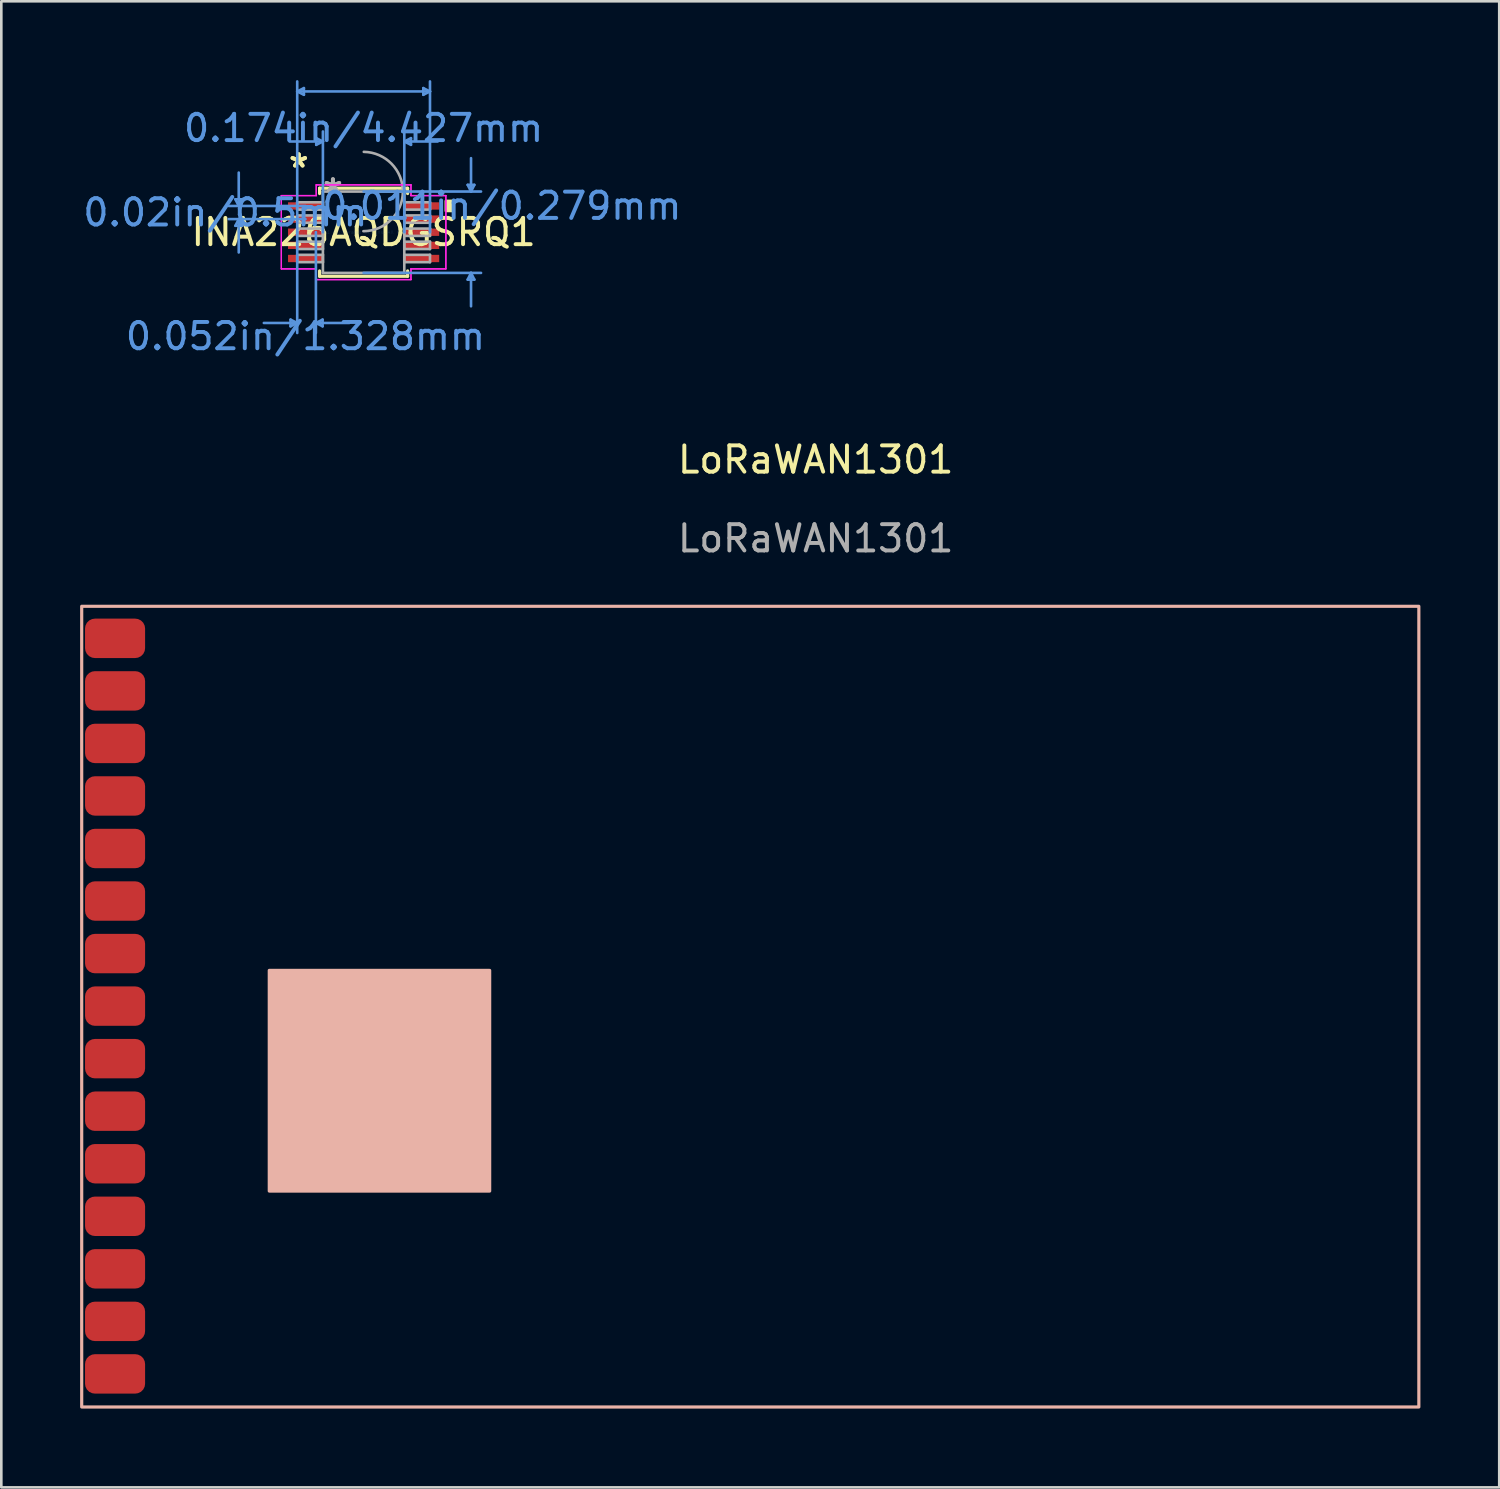
<source format=kicad_pcb>
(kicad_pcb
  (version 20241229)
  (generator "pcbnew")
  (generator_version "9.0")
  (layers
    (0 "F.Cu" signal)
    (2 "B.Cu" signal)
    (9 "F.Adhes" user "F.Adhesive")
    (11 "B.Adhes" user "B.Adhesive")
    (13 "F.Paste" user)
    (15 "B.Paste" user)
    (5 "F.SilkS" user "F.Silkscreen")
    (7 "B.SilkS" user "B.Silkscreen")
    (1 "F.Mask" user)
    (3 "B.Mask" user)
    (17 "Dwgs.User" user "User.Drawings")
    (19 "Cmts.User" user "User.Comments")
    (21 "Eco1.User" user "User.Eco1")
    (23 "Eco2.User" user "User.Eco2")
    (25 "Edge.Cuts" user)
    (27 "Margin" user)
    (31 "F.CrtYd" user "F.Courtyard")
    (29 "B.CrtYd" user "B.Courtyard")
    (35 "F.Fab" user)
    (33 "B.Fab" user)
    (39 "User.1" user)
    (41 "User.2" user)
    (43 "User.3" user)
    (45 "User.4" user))
  (footprint "LoRaWAN1301"
    (layer "F.Cu")
    (at 28 14.949)
    (property "Reference" "LoRaWAN1301" (at 0 -0.5 0) (unlocked yes) (layer "F.SilkS") (effects (font (size 1 1) (thickness 0.15))))
    (attr smd)
    (fp_rect (start -27.94 35.56) (end 22.96 5.08) (stroke (width 0.12) (type solid)) (fill no) (layer "B.SilkS"))
    (fp_rect (start -20.8 27.34) (end -12.41 18.94) (stroke (width 0.12) (type solid)) (fill yes) (layer "B.SilkS"))
    (fp_text user "${REFERENCE}" (at 0 2.5 0) (unlocked yes) (layer "F.Fab") (effects (font (size 1 1) (thickness 0.15))))
    (pad "1 " smd roundrect (at -26.67 6.3) (size 2.286 1.5) (layers "F.Cu" "F.Mask" "F.Paste") (roundrect_rratio 0.25))
    (pad "2" smd roundrect (at -26.67 8.3) (size 2.286 1.5) (layers "F.Cu" "F.Mask" "F.Paste") (roundrect_rratio 0.25))
    (pad "3" smd roundrect (at -26.67 10.3) (size 2.286 1.5) (layers "F.Cu" "F.Mask" "F.Paste") (roundrect_rratio 0.25))
    (pad "4" smd roundrect (at -26.67 12.3) (size 2.286 1.5) (layers "F.Cu" "F.Mask" "F.Paste") (roundrect_rratio 0.25))
    (pad "5" smd roundrect (at -26.67 14.3) (size 2.286 1.5) (layers "F.Cu" "F.Mask" "F.Paste") (roundrect_rratio 0.25))
    (pad "6" smd roundrect (at -26.67 16.3) (size 2.286 1.5) (layers "F.Cu" "F.Mask" "F.Paste") (roundrect_rratio 0.25))
    (pad "7" smd roundrect (at -26.67 18.3) (size 2.286 1.5) (layers "F.Cu" "F.Mask" "F.Paste") (roundrect_rratio 0.25))
    (pad "8" smd roundrect (at -26.67 20.3) (size 2.286 1.5) (layers "F.Cu" "F.Mask" "F.Paste") (roundrect_rratio 0.25))
    (pad "9" smd roundrect (at -26.67 22.3) (size 2.286 1.5) (layers "F.Cu" "F.Mask" "F.Paste") (roundrect_rratio 0.25))
    (pad "10" smd roundrect (at -26.67 24.3) (size 2.286 1.5) (layers "F.Cu" "F.Mask" "F.Paste") (roundrect_rratio 0.25))
    (pad "11" smd roundrect (at -26.67 26.3) (size 2.286 1.5) (layers "F.Cu" "F.Mask" "F.Paste") (roundrect_rratio 0.25))
    (pad "12" smd roundrect (at -26.67 28.3) (size 2.286 1.5) (layers "F.Cu" "F.Mask" "F.Paste") (roundrect_rratio 0.25))
    (pad "13" smd roundrect (at -26.67 30.3) (size 2.286 1.5) (layers "F.Cu" "F.Mask" "F.Paste") (roundrect_rratio 0.25))
    (pad "14" smd roundrect (at -26.67 32.3) (size 2.286 1.5) (layers "F.Cu" "F.Mask" "F.Paste") (roundrect_rratio 0.25))
    (pad "15" smd roundrect (at -26.67 34.3) (size 2.286 1.5) (layers "F.Cu" "F.Mask" "F.Paste") (roundrect_rratio 0.25)))
  (footprint "INA226AQDGSRQ1"
    (layer "F.Cu")
    (at 10.791 5.79)
    (property "Reference" "INA226AQDGSRQ1" (at 0 0 0) (layer "F.SilkS") (effects (font (size 1 1) (thickness 0.15))))
    (attr through_hole)
    (fp_line (start -1.676 -1.676) (end -1.676 -1.472) (stroke (width 0.12) (type solid)) (layer "F.SilkS"))
    (fp_line (start -1.676 1.472) (end -1.676 1.676) (stroke (width 0.12) (type solid)) (layer "F.SilkS"))
    (fp_line (start -1.676 1.676) (end 1.676 1.676) (stroke (width 0.12) (type solid)) (layer "F.SilkS"))
    (fp_line (start 1.676 -1.676) (end -1.676 -1.676) (stroke (width 0.12) (type solid)) (layer "F.SilkS"))
    (fp_line (start 1.676 -1.472) (end 1.676 -1.676) (stroke (width 0.12) (type solid)) (layer "F.SilkS"))
    (fp_line (start 1.676 1.676) (end 1.676 1.472) (stroke (width 0.12) (type solid)) (layer "F.SilkS"))
    (fp_poly (pts (xy 3.385 -1.191) (xy 3.385 -0.81) (xy 3.131 -0.81) (xy 3.131 -1.191)) (stroke (width 0.1) (type solid)) (fill yes) (layer "F.SilkS"))
    (fp_line (start -4.88 -1.254) (end -4.626 -1.254) (stroke (width 0.1) (type solid)) (layer "Cmts.User"))
    (fp_line (start -4.88 -0.246) (end -4.626 -0.246) (stroke (width 0.1) (type solid)) (layer "Cmts.User"))
    (fp_line (start -4.753 -1) (end -4.88 -1.254) (stroke (width 0.1) (type solid)) (layer "Cmts.User"))
    (fp_line (start -4.753 -1) (end -4.753 -2.27) (stroke (width 0.1) (type solid)) (layer "Cmts.User"))
    (fp_line (start -4.753 -1) (end -4.626 -1.254) (stroke (width 0.1) (type solid)) (layer "Cmts.User"))
    (fp_line (start -4.753 -0.5) (end -4.88 -0.246) (stroke (width 0.1) (type solid)) (layer "Cmts.User"))
    (fp_line (start -4.753 -0.5) (end -4.753 0.77) (stroke (width 0.1) (type solid)) (layer "Cmts.User"))
    (fp_line (start -4.753 -0.5) (end -4.626 -0.246) (stroke (width 0.1) (type solid)) (layer "Cmts.User"))
    (fp_line (start -2.781 3.327) (end -2.781 3.581) (stroke (width 0.1) (type solid)) (layer "Cmts.User"))
    (fp_line (start -2.527 -5.359) (end -2.273 -5.486) (stroke (width 0.1) (type solid)) (layer "Cmts.User"))
    (fp_line (start -2.527 -5.359) (end -2.273 -5.232) (stroke (width 0.1) (type solid)) (layer "Cmts.User"))
    (fp_line (start -2.527 -5.359) (end 2.527 -5.359) (stroke (width 0.1) (type solid)) (layer "Cmts.User"))
    (fp_line (start -2.527 0) (end -2.527 -5.74) (stroke (width 0.1) (type solid)) (layer "Cmts.User"))
    (fp_line (start -2.527 0) (end -2.527 3.835) (stroke (width 0.1) (type solid)) (layer "Cmts.User"))
    (fp_line (start -2.527 3.454) (end -3.797 3.454) (stroke (width 0.1) (type solid)) (layer "Cmts.User"))
    (fp_line (start -2.527 3.454) (end -2.781 3.327) (stroke (width 0.1) (type solid)) (layer "Cmts.User"))
    (fp_line (start -2.527 3.454) (end -2.781 3.581) (stroke (width 0.1) (type solid)) (layer "Cmts.User"))
    (fp_line (start -2.273 -5.486) (end -2.273 -5.232) (stroke (width 0.1) (type solid)) (layer "Cmts.User"))
    (fp_line (start -2.213 -1) (end -5.134 -1) (stroke (width 0.1) (type solid)) (layer "Cmts.User"))
    (fp_line (start -2.213 -0.5) (end -5.134 -0.5) (stroke (width 0.1) (type solid)) (layer "Cmts.User"))
    (fp_line (start -1.816 0) (end -1.816 3.835) (stroke (width 0.1) (type solid)) (layer "Cmts.User"))
    (fp_line (start -1.816 3.454) (end -1.562 3.327) (stroke (width 0.1) (type solid)) (layer "Cmts.User"))
    (fp_line (start -1.816 3.454) (end -1.562 3.581) (stroke (width 0.1) (type solid)) (layer "Cmts.User"))
    (fp_line (start -1.816 3.454) (end -0.546 3.454) (stroke (width 0.1) (type solid)) (layer "Cmts.User"))
    (fp_line (start -1.803 -3.581) (end -1.803 -3.327) (stroke (width 0.1) (type solid)) (layer "Cmts.User"))
    (fp_line (start -1.562 3.327) (end -1.562 3.581) (stroke (width 0.1) (type solid)) (layer "Cmts.User"))
    (fp_line (start -1.549 -3.454) (end -2.819 -3.454) (stroke (width 0.1) (type solid)) (layer "Cmts.User"))
    (fp_line (start -1.549 -3.454) (end -1.803 -3.581) (stroke (width 0.1) (type solid)) (layer "Cmts.User"))
    (fp_line (start -1.549 -3.454) (end -1.803 -3.327) (stroke (width 0.1) (type solid)) (layer "Cmts.User"))
    (fp_line (start -1.549 0) (end -1.549 -3.835) (stroke (width 0.1) (type solid)) (layer "Cmts.User"))
    (fp_line (start 0 -1.549) (end 4.47 -1.549) (stroke (width 0.1) (type solid)) (layer "Cmts.User"))
    (fp_line (start 0 1.549) (end 4.47 1.549) (stroke (width 0.1) (type solid)) (layer "Cmts.User"))
    (fp_line (start 1.549 -3.454) (end 1.803 -3.581) (stroke (width 0.1) (type solid)) (layer "Cmts.User"))
    (fp_line (start 1.549 -3.454) (end 1.803 -3.327) (stroke (width 0.1) (type solid)) (layer "Cmts.User"))
    (fp_line (start 1.549 -3.454) (end 2.819 -3.454) (stroke (width 0.1) (type solid)) (layer "Cmts.User"))
    (fp_line (start 1.549 0) (end 1.549 -3.835) (stroke (width 0.1) (type solid)) (layer "Cmts.User"))
    (fp_line (start 1.803 -3.581) (end 1.803 -3.327) (stroke (width 0.1) (type solid)) (layer "Cmts.User"))
    (fp_line (start 2.273 -5.486) (end 2.273 -5.232) (stroke (width 0.1) (type solid)) (layer "Cmts.User"))
    (fp_line (start 2.527 -5.359) (end 2.273 -5.486) (stroke (width 0.1) (type solid)) (layer "Cmts.User"))
    (fp_line (start 2.527 -5.359) (end 2.273 -5.232) (stroke (width 0.1) (type solid)) (layer "Cmts.User"))
    (fp_line (start 2.527 0) (end 2.527 -5.74) (stroke (width 0.1) (type solid)) (layer "Cmts.User"))
    (fp_line (start 3.962 -1.803) (end 4.216 -1.803) (stroke (width 0.1) (type solid)) (layer "Cmts.User"))
    (fp_line (start 3.962 1.803) (end 4.216 1.803) (stroke (width 0.1) (type solid)) (layer "Cmts.User"))
    (fp_line (start 4.089 -1.549) (end 3.962 -1.803) (stroke (width 0.1) (type solid)) (layer "Cmts.User"))
    (fp_line (start 4.089 -1.549) (end 4.089 -2.819) (stroke (width 0.1) (type solid)) (layer "Cmts.User"))
    (fp_line (start 4.089 -1.549) (end 4.216 -1.803) (stroke (width 0.1) (type solid)) (layer "Cmts.User"))
    (fp_line (start 4.089 1.549) (end 3.962 1.803) (stroke (width 0.1) (type solid)) (layer "Cmts.User"))
    (fp_line (start 4.089 1.549) (end 4.089 2.819) (stroke (width 0.1) (type solid)) (layer "Cmts.User"))
    (fp_line (start 4.089 1.549) (end 4.216 1.803) (stroke (width 0.1) (type solid)) (layer "Cmts.User"))
    (fp_line (start -3.131 -1.394) (end -1.803 -1.394) (stroke (width 0.05) (type solid)) (layer "F.CrtYd"))
    (fp_line (start -3.131 -1.394) (end -1.803 -1.394) (stroke (width 0.05) (type solid)) (layer "F.CrtYd"))
    (fp_line (start -3.131 1.394) (end -3.131 -1.394) (stroke (width 0.05) (type solid)) (layer "F.CrtYd"))
    (fp_line (start -3.131 1.394) (end -3.131 -1.394) (stroke (width 0.05) (type solid)) (layer "F.CrtYd"))
    (fp_line (start -3.131 1.394) (end -1.803 1.394) (stroke (width 0.05) (type solid)) (layer "F.CrtYd"))
    (fp_line (start -1.803 -1.803) (end 1.803 -1.803) (stroke (width 0.05) (type solid)) (layer "F.CrtYd"))
    (fp_line (start -1.803 -1.803) (end 1.803 -1.803) (stroke (width 0.05) (type solid)) (layer "F.CrtYd"))
    (fp_line (start -1.803 -1.394) (end -1.803 -1.803) (stroke (width 0.05) (type solid)) (layer "F.CrtYd"))
    (fp_line (start -1.803 -1.394) (end -1.803 -1.803) (stroke (width 0.05) (type solid)) (layer "F.CrtYd"))
    (fp_line (start -1.803 1.394) (end -3.131 1.394) (stroke (width 0.05) (type solid)) (layer "F.CrtYd"))
    (fp_line (start -1.803 1.803) (end -1.803 1.394) (stroke (width 0.05) (type solid)) (layer "F.CrtYd"))
    (fp_line (start -1.803 1.803) (end -1.803 1.394) (stroke (width 0.05) (type solid)) (layer "F.CrtYd"))
    (fp_line (start 1.803 -1.803) (end 1.803 -1.394) (stroke (width 0.05) (type solid)) (layer "F.CrtYd"))
    (fp_line (start 1.803 -1.803) (end 1.803 -1.394) (stroke (width 0.05) (type solid)) (layer "F.CrtYd"))
    (fp_line (start 1.803 -1.394) (end 3.131 -1.394) (stroke (width 0.05) (type solid)) (layer "F.CrtYd"))
    (fp_line (start 1.803 1.394) (end 1.803 1.803) (stroke (width 0.05) (type solid)) (layer "F.CrtYd"))
    (fp_line (start 1.803 1.394) (end 1.803 1.803) (stroke (width 0.05) (type solid)) (layer "F.CrtYd"))
    (fp_line (start 1.803 1.803) (end -1.803 1.803) (stroke (width 0.05) (type solid)) (layer "F.CrtYd"))
    (fp_line (start 1.803 1.803) (end -1.803 1.803) (stroke (width 0.05) (type solid)) (layer "F.CrtYd"))
    (fp_line (start 3.131 -1.394) (end 1.803 -1.394) (stroke (width 0.05) (type solid)) (layer "F.CrtYd"))
    (fp_line (start 3.131 -1.394) (end 3.131 1.394) (stroke (width 0.05) (type solid)) (layer "F.CrtYd"))
    (fp_line (start 3.131 -1.394) (end 3.131 1.394) (stroke (width 0.05) (type solid)) (layer "F.CrtYd"))
    (fp_line (start 3.131 1.394) (end 1.803 1.394) (stroke (width 0.05) (type solid)) (layer "F.CrtYd"))
    (fp_line (start 3.131 1.394) (end 1.803 1.394) (stroke (width 0.05) (type solid)) (layer "F.CrtYd"))
    (fp_line (start -2.527 -1.14) (end -2.527 -0.86) (stroke (width 0.1) (type solid)) (layer "F.Fab"))
    (fp_line (start -2.527 -0.86) (end -1.549 -0.86) (stroke (width 0.1) (type solid)) (layer "F.Fab"))
    (fp_line (start -2.527 -0.64) (end -2.527 -0.36) (stroke (width 0.1) (type solid)) (layer "F.Fab"))
    (fp_line (start -2.527 -0.36) (end -1.549 -0.36) (stroke (width 0.1) (type solid)) (layer "F.Fab"))
    (fp_line (start -2.527 -0.14) (end -2.527 0.14) (stroke (width 0.1) (type solid)) (layer "F.Fab"))
    (fp_line (start -2.527 0.14) (end -1.549 0.14) (stroke (width 0.1) (type solid)) (layer "F.Fab"))
    (fp_line (start -2.527 0.36) (end -2.527 0.64) (stroke (width 0.1) (type solid)) (layer "F.Fab"))
    (fp_line (start -2.527 0.64) (end -1.549 0.64) (stroke (width 0.1) (type solid)) (layer "F.Fab"))
    (fp_line (start -2.527 0.86) (end -2.527 1.14) (stroke (width 0.1) (type solid)) (layer "F.Fab"))
    (fp_line (start -2.527 1.14) (end -1.549 1.14) (stroke (width 0.1) (type solid)) (layer "F.Fab"))
    (fp_line (start -1.549 -1.549) (end -1.549 1.549) (stroke (width 0.1) (type solid)) (layer "F.Fab"))
    (fp_line (start -1.549 -1.14) (end -2.527 -1.14) (stroke (width 0.1) (type solid)) (layer "F.Fab"))
    (fp_line (start -1.549 -0.86) (end -1.549 -1.14) (stroke (width 0.1) (type solid)) (layer "F.Fab"))
    (fp_line (start -1.549 -0.64) (end -2.527 -0.64) (stroke (width 0.1) (type solid)) (layer "F.Fab"))
    (fp_line (start -1.549 -0.36) (end -1.549 -0.64) (stroke (width 0.1) (type solid)) (layer "F.Fab"))
    (fp_line (start -1.549 -0.14) (end -2.527 -0.14) (stroke (width 0.1) (type solid)) (layer "F.Fab"))
    (fp_line (start -1.549 0.14) (end -1.549 -0.14) (stroke (width 0.1) (type solid)) (layer "F.Fab"))
    (fp_line (start -1.549 0.36) (end -2.527 0.36) (stroke (width 0.1) (type solid)) (layer "F.Fab"))
    (fp_line (start -1.549 0.64) (end -1.549 0.36) (stroke (width 0.1) (type solid)) (layer "F.Fab"))
    (fp_line (start -1.549 0.86) (end -2.527 0.86) (stroke (width 0.1) (type solid)) (layer "F.Fab"))
    (fp_line (start -1.549 1.14) (end -1.549 0.86) (stroke (width 0.1) (type solid)) (layer "F.Fab"))
    (fp_line (start -1.549 1.549) (end 1.549 1.549) (stroke (width 0.1) (type solid)) (layer "F.Fab"))
    (fp_line (start 1.549 -1.549) (end -1.549 -1.549) (stroke (width 0.1) (type solid)) (layer "F.Fab"))
    (fp_line (start 1.549 -1.14) (end 1.549 -0.86) (stroke (width 0.1) (type solid)) (layer "F.Fab"))
    (fp_line (start 1.549 -0.86) (end 2.527 -0.86) (stroke (width 0.1) (type solid)) (layer "F.Fab"))
    (fp_line (start 1.549 -0.64) (end 1.549 -0.36) (stroke (width 0.1) (type solid)) (layer "F.Fab"))
    (fp_line (start 1.549 -0.36) (end 2.527 -0.36) (stroke (width 0.1) (type solid)) (layer "F.Fab"))
    (fp_line (start 1.549 -0.14) (end 1.549 0.14) (stroke (width 0.1) (type solid)) (layer "F.Fab"))
    (fp_line (start 1.549 0.14) (end 2.527 0.14) (stroke (width 0.1) (type solid)) (layer "F.Fab"))
    (fp_line (start 1.549 0.36) (end 1.549 0.64) (stroke (width 0.1) (type solid)) (layer "F.Fab"))
    (fp_line (start 1.549 0.64) (end 2.527 0.64) (stroke (width 0.1) (type solid)) (layer "F.Fab"))
    (fp_line (start 1.549 0.86) (end 1.549 1.14) (stroke (width 0.1) (type solid)) (layer "F.Fab"))
    (fp_line (start 1.549 1.14) (end 2.527 1.14) (stroke (width 0.1) (type solid)) (layer "F.Fab"))
    (fp_line (start 1.549 1.549) (end 1.549 -1.549) (stroke (width 0.1) (type solid)) (layer "F.Fab"))
    (fp_line (start 2.527 -1.14) (end 1.549 -1.14) (stroke (width 0.1) (type solid)) (layer "F.Fab"))
    (fp_line (start 2.527 -0.86) (end 2.527 -1.14) (stroke (width 0.1) (type solid)) (layer "F.Fab"))
    (fp_line (start 2.527 -0.64) (end 1.549 -0.64) (stroke (width 0.1) (type solid)) (layer "F.Fab"))
    (fp_line (start 2.527 -0.36) (end 2.527 -0.64) (stroke (width 0.1) (type solid)) (layer "F.Fab"))
    (fp_line (start 2.527 -0.14) (end 1.549 -0.14) (stroke (width 0.1) (type solid)) (layer "F.Fab"))
    (fp_line (start 2.527 0.14) (end 2.527 -0.14) (stroke (width 0.1) (type solid)) (layer "F.Fab"))
    (fp_line (start 2.527 0.36) (end 1.549 0.36) (stroke (width 0.1) (type solid)) (layer "F.Fab"))
    (fp_line (start 2.527 0.64) (end 2.527 0.36) (stroke (width 0.1) (type solid)) (layer "F.Fab"))
    (fp_line (start 2.527 0.86) (end 1.549 0.86) (stroke (width 0.1) (type solid)) (layer "F.Fab"))
    (fp_line (start 2.527 1.14) (end 2.527 0.86) (stroke (width 0.1) (type solid)) (layer "F.Fab"))
    (fp_arc (start 0.007742 -3.059445) (mid 1.510045 -1.541658) (end -0.007742 -0.039355) (stroke (width 0.1) (type solid)) (layer "F.Fab"))
    (fp_text user "*" (at -2.467 -2.422 0) (layer "F.SilkS") (effects (font (size 1 1) (thickness 0.15))))
    (fp_text user "*" (at -2.467 -2.422 0) (layer "F.SilkS") (effects (font (size 1 1) (thickness 0.15))))
    (fp_text user "0.02in/0.5mm" (at -5.261 -0.75 0) (layer "Cmts.User") (effects (font (size 1 1) (thickness 0.15))))
    (fp_text user "0.052in/1.328mm" (at -2.213 3.962 0) (layer "Cmts.User") (effects (font (size 1 1) (thickness 0.15))))
    (fp_text user "0.174in/4.427mm" (at 0 -3.962 0) (layer "Cmts.User") (effects (font (size 1 1) (thickness 0.15))))
    (fp_text user "0.011in/0.279mm" (at 5.261 -1 0) (layer "Cmts.User") (effects (font (size 1 1) (thickness 0.15))))
    (fp_text user "Copyright 2021 Accelerated Designs. All rights reserved." (at 0 0 0) (layer "Cmts.User") (effects (font (size 0.127 0.127) (thickness 0.002))))
    (fp_text user "*" (at -1.168 -1.473 0) (layer "F.Fab") (effects (font (size 1 1) (thickness 0.15))))
    (fp_text user "*" (at -1.168 -1.473 0) (layer "F.Fab") (effects (font (size 1 1) (thickness 0.15))))
    (pad "1" smd rect (at -2.213 -1) (size 1.328 0.279) (layers "F.Cu" "F.Mask" "F.Paste"))
    (pad "2" smd rect (at -2.213 -0.5) (size 1.328 0.279) (layers "F.Cu" "F.Mask" "F.Paste"))
    (pad "3" smd rect (at -2.213 0) (size 1.328 0.279) (layers "F.Cu" "F.Mask" "F.Paste"))
    (pad "4" smd rect (at -2.213 0.5) (size 1.328 0.279) (layers "F.Cu" "F.Mask" "F.Paste"))
    (pad "5" smd rect (at -2.213 1) (size 1.328 0.279) (layers "F.Cu" "F.Mask" "F.Paste"))
    (pad "6" smd rect (at 2.213 1) (size 1.328 0.279) (layers "F.Cu" "F.Mask" "F.Paste"))
    (pad "7" smd rect (at 2.213 0.5) (size 1.328 0.279) (layers "F.Cu" "F.Mask" "F.Paste"))
    (pad "8" smd rect (at 2.213 0) (size 1.328 0.279) (layers "F.Cu" "F.Mask" "F.Paste"))
    (pad "9" smd rect (at 2.213 -0.5) (size 1.328 0.279) (layers "F.Cu" "F.Mask" "F.Paste"))
    (pad "10" smd rect (at 2.213 -1) (size 1.328 0.279) (layers "F.Cu" "F.Mask" "F.Paste")))
  (gr_rect
    (start -3 -3)
    (end 54.02 53.569)
    (stroke (width 0.1) (type default))
    (fill no)
    (layer "Edge.Cuts")))
</source>
